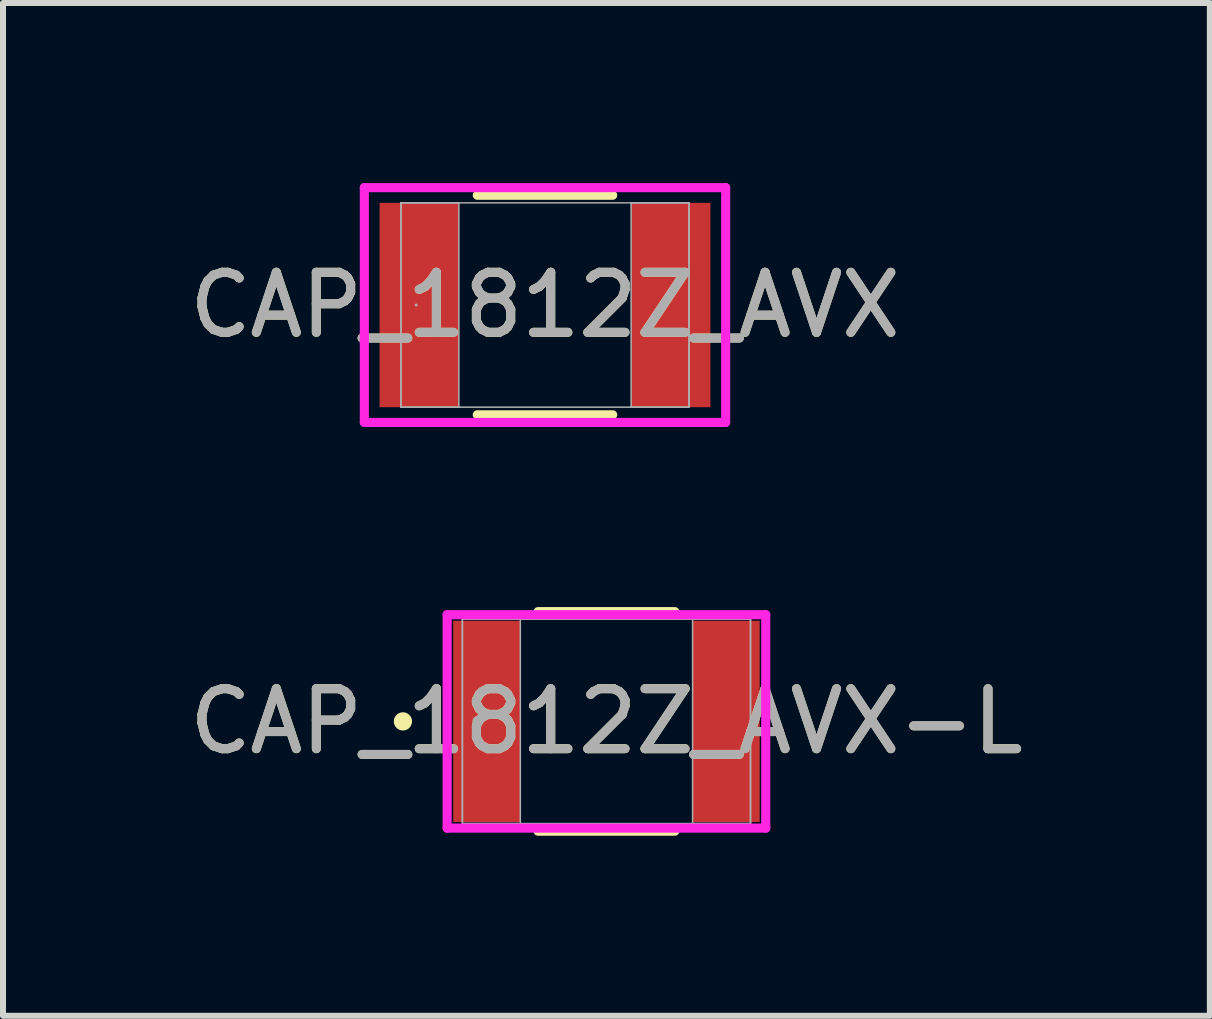
<source format=kicad_pcb>
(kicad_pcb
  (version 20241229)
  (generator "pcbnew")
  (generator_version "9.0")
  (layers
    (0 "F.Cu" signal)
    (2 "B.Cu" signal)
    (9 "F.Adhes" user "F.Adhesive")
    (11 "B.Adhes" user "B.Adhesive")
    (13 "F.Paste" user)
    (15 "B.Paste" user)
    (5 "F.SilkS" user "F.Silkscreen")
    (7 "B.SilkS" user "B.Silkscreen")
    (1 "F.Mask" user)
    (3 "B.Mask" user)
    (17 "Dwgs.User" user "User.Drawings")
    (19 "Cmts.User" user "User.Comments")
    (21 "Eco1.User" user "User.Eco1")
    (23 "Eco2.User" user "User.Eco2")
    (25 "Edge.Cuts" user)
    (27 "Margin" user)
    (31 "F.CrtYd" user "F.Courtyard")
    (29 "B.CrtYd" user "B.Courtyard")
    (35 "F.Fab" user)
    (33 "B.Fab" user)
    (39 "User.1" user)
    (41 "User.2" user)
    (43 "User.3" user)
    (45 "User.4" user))
  (footprint "CAP_1812Z_AVX-L"
    (layer "F.Cu")
    (at 7.054 8.969)
    (property "Reference" "CAP_1812Z_AVX-L" (at 0 0 0) (unlocked yes) (layer "F.SilkS") (effects (font (size 1 1) (thickness 0.15))))
    (attr smd)
    (fp_line (start -1.139 1.829) (end 1.139 1.829) (stroke (width 0.152) (type solid)) (layer "F.SilkS"))
    (fp_line (start 1.139 -1.829) (end -1.139 -1.829) (stroke (width 0.152) (type solid)) (layer "F.SilkS"))
    (fp_circle (center -3.391 0) (end -3.315 0) (stroke (width 0.152) (type solid)) (fill no) (layer "F.SilkS"))
    (fp_line (start -2.654 -1.778) (end 2.654 -1.778) (stroke (width 0.152) (type solid)) (layer "F.CrtYd"))
    (fp_line (start -2.654 1.778) (end -2.654 -1.778) (stroke (width 0.152) (type solid)) (layer "F.CrtYd"))
    (fp_line (start 2.654 -1.778) (end 2.654 1.778) (stroke (width 0.152) (type solid)) (layer "F.CrtYd"))
    (fp_line (start 2.654 1.778) (end -2.654 1.778) (stroke (width 0.152) (type solid)) (layer "F.CrtYd"))
    (fp_line (start -2.4 -1.702) (end -2.4 1.702) (stroke (width 0.025) (type solid)) (layer "F.Fab"))
    (fp_line (start -2.4 -1.702) (end -2.4 1.702) (stroke (width 0.025) (type solid)) (layer "F.Fab"))
    (fp_line (start -2.4 1.702) (end -1.435 1.702) (stroke (width 0.025) (type solid)) (layer "F.Fab"))
    (fp_line (start -2.4 1.702) (end 2.4 1.702) (stroke (width 0.025) (type solid)) (layer "F.Fab"))
    (fp_line (start -1.435 -1.702) (end -2.4 -1.702) (stroke (width 0.025) (type solid)) (layer "F.Fab"))
    (fp_line (start -1.435 1.702) (end -1.435 -1.702) (stroke (width 0.025) (type solid)) (layer "F.Fab"))
    (fp_line (start 1.435 -1.702) (end 1.435 1.702) (stroke (width 0.025) (type solid)) (layer "F.Fab"))
    (fp_line (start 1.435 1.702) (end 2.4 1.702) (stroke (width 0.025) (type solid)) (layer "F.Fab"))
    (fp_line (start 2.4 -1.702) (end -2.4 -1.702) (stroke (width 0.025) (type solid)) (layer "F.Fab"))
    (fp_line (start 2.4 -1.702) (end 1.435 -1.702) (stroke (width 0.025) (type solid)) (layer "F.Fab"))
    (fp_line (start 2.4 1.702) (end 2.4 -1.702) (stroke (width 0.025) (type solid)) (layer "F.Fab"))
    (fp_line (start 2.4 1.702) (end 2.4 -1.702) (stroke (width 0.025) (type solid)) (layer "F.Fab"))
    (fp_circle (center -2.146 0) (end -2.07 0) (stroke (width 0.025) (type solid)) (fill no) (layer "F.Fab"))
    (fp_text user "${REFERENCE}" (at 0 0 0) (unlocked yes) (layer "F.Fab") (effects (font (size 1 1) (thickness 0.15))))
    (pad "1" smd rect (at -1.994 0) (size 1.118 3.353) (layers "F.Cu" "F.Mask" "F.Paste"))
    (pad "2" smd rect (at 1.994 0) (size 1.118 3.353) (layers "F.Cu" "F.Mask" "F.Paste"))
    (zone (net_name "") (layer "F.Cu") (hatch full 0.508) (connect_pads) (min_thickness 0.254) (filled_areas_thickness no) (keepout (tracks not_allowed) (vias not_allowed) (pads allowed) (copperpour not_allowed) (footprints allowed)) (placement (enabled no)) (fill) (polygon (pts (xy 5.669 7.318) (xy 8.438 7.318) (xy 8.438 10.62) (xy 5.669 10.62)))))
  (footprint "CAP_1812Z_AVX"
    (layer "F.Cu")
    (at 6.03 2.032)
    (property "Reference" "CAP_1812Z_AVX" (at 0 0 0) (unlocked yes) (layer "F.SilkS") (effects (font (size 1 1) (thickness 0.15))))
    (attr smd)
    (fp_line (start -1.128 1.829) (end 1.128 1.829) (stroke (width 0.152) (type solid)) (layer "F.SilkS"))
    (fp_line (start 1.128 -1.829) (end -1.128 -1.829) (stroke (width 0.152) (type solid)) (layer "F.SilkS"))
    (fp_line (start -3.01 -1.956) (end 3.01 -1.956) (stroke (width 0.152) (type solid)) (layer "F.CrtYd"))
    (fp_line (start -3.01 1.956) (end -3.01 -1.956) (stroke (width 0.152) (type solid)) (layer "F.CrtYd"))
    (fp_line (start 3.01 -1.956) (end 3.01 1.956) (stroke (width 0.152) (type solid)) (layer "F.CrtYd"))
    (fp_line (start 3.01 1.956) (end -3.01 1.956) (stroke (width 0.152) (type solid)) (layer "F.CrtYd"))
    (fp_line (start -2.4 -1.702) (end -2.4 1.702) (stroke (width 0.025) (type solid)) (layer "F.Fab"))
    (fp_line (start -2.4 -1.702) (end -2.4 1.702) (stroke (width 0.025) (type solid)) (layer "F.Fab"))
    (fp_line (start -2.4 1.702) (end -1.435 1.702) (stroke (width 0.025) (type solid)) (layer "F.Fab"))
    (fp_line (start -2.4 1.702) (end 2.4 1.702) (stroke (width 0.025) (type solid)) (layer "F.Fab"))
    (fp_line (start -1.435 -1.702) (end -2.4 -1.702) (stroke (width 0.025) (type solid)) (layer "F.Fab"))
    (fp_line (start -1.435 1.702) (end -1.435 -1.702) (stroke (width 0.025) (type solid)) (layer "F.Fab"))
    (fp_line (start 1.435 -1.702) (end 1.435 1.702) (stroke (width 0.025) (type solid)) (layer "F.Fab"))
    (fp_line (start 1.435 1.702) (end 2.4 1.702) (stroke (width 0.025) (type solid)) (layer "F.Fab"))
    (fp_line (start 2.4 -1.702) (end -2.4 -1.702) (stroke (width 0.025) (type solid)) (layer "F.Fab"))
    (fp_line (start 2.4 -1.702) (end 1.435 -1.702) (stroke (width 0.025) (type solid)) (layer "F.Fab"))
    (fp_line (start 2.4 1.702) (end 2.4 -1.702) (stroke (width 0.025) (type solid)) (layer "F.Fab"))
    (fp_line (start 2.4 1.702) (end 2.4 -1.702) (stroke (width 0.025) (type solid)) (layer "F.Fab"))
    (fp_circle (center -2.146 0) (end -2.146 0) (stroke (width 0.025) (type solid)) (fill no) (layer "F.Fab"))
    (fp_text user "${REFERENCE}" (at 0 0 0) (unlocked yes) (layer "F.Fab") (effects (font (size 1 1) (thickness 0.15))))
    (pad "1" smd rect (at -2.095 0) (size 1.321 3.404) (layers "F.Cu" "F.Mask" "F.Paste"))
    (pad "2" smd rect (at 2.095 0) (size 1.321 3.404) (layers "F.Cu" "F.Mask" "F.Paste"))
    (zone (net_name "") (layer "F.Cu") (hatch full 0.508) (connect_pads) (min_thickness 0.254) (filled_areas_thickness no) (keepout (tracks not_allowed) (vias not_allowed) (pads allowed) (copperpour not_allowed) (footprints allowed)) (placement (enabled no)) (fill) (polygon (pts (xy 4.645 0.381) (xy 7.414 0.381) (xy 7.414 3.683) (xy 4.645 3.683)))))
  (gr_rect
    (start -3 -3)
    (end 17.107 13.874)
    (stroke (width 0.1) (type default))
    (fill no)
    (layer "Edge.Cuts")))
</source>
